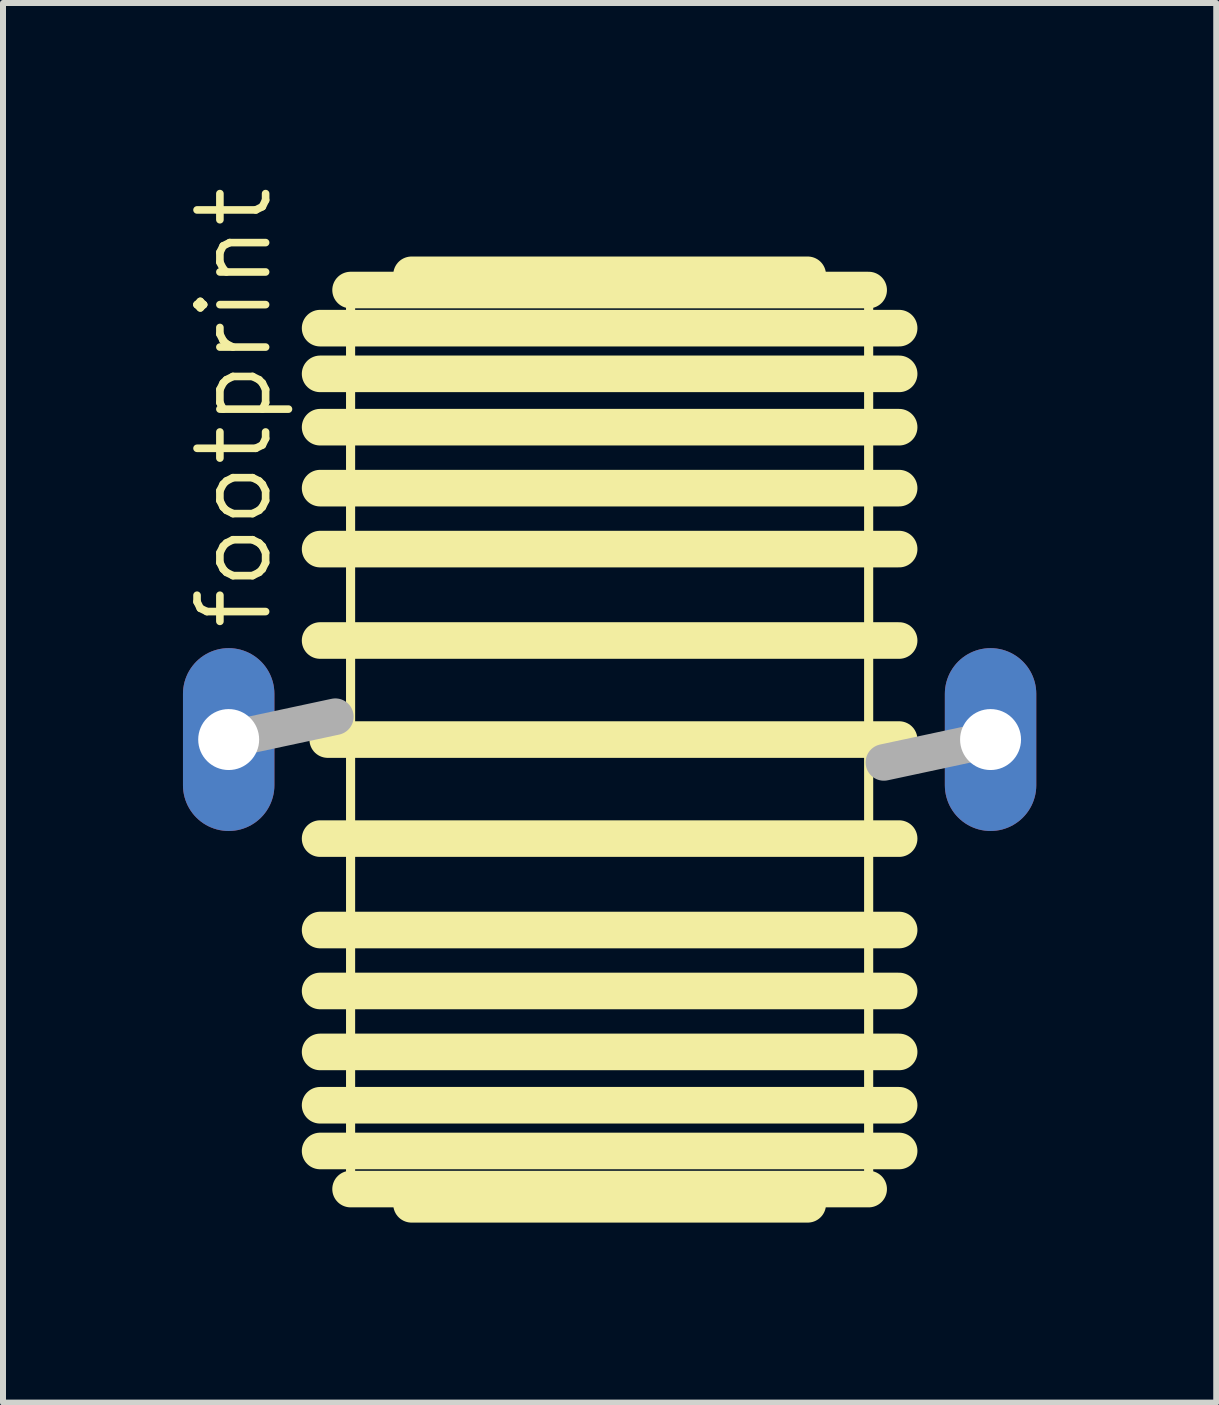
<source format=kicad_pcb>
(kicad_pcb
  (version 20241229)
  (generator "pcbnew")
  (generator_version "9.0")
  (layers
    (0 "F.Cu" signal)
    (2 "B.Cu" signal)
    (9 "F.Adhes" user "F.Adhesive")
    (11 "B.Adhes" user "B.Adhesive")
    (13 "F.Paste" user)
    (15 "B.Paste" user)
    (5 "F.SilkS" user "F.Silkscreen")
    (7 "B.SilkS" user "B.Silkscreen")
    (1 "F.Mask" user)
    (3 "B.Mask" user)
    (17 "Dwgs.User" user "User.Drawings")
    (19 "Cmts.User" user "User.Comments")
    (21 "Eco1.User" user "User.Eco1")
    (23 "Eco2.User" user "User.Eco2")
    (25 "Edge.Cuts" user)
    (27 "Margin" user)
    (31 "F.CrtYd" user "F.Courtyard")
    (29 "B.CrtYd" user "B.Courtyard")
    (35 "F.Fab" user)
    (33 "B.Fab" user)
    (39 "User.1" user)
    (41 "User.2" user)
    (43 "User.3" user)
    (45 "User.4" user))
  (footprint "footprint"
    (layer "F.Cu")
    (at 7.112 9.278)
    (property "Reference" "footprint" (at -5.588 -1.778 90) (layer "F.SilkS") (effects (font (size 1.143 1.143) (thickness 0.127)) (justify left bottom)))
    (fp_line (start -4.826 -6.858) (end 4.826 -6.858) (stroke (width 0.61) (type solid)) (layer "F.SilkS"))
    (fp_line (start -4.826 -6.096) (end 4.826 -6.096) (stroke (width 0.61) (type solid)) (layer "F.SilkS"))
    (fp_line (start -4.826 -5.207) (end 4.826 -5.207) (stroke (width 0.61) (type solid)) (layer "F.SilkS"))
    (fp_line (start -4.826 -4.191) (end 4.826 -4.191) (stroke (width 0.61) (type solid)) (layer "F.SilkS"))
    (fp_line (start -4.826 -3.175) (end 4.826 -3.175) (stroke (width 0.61) (type solid)) (layer "F.SilkS"))
    (fp_line (start -4.826 -1.651) (end 4.826 -1.651) (stroke (width 0.61) (type solid)) (layer "F.SilkS"))
    (fp_line (start -4.699 0) (end 4.826 0) (stroke (width 0.61) (type solid)) (layer "F.SilkS"))
    (fp_line (start -4.318 -7.493) (end 4.318 -7.493) (stroke (width 0.61) (type solid)) (layer "F.SilkS"))
    (fp_line (start -4.318 7.493) (end -4.318 -7.493) (stroke (width 0.152) (type solid)) (layer "F.SilkS"))
    (fp_line (start -4.318 7.493) (end 4.318 7.493) (stroke (width 0.61) (type solid)) (layer "F.SilkS"))
    (fp_line (start -3.302 -7.747) (end 3.302 -7.747) (stroke (width 0.61) (type solid)) (layer "F.SilkS"))
    (fp_line (start -3.302 7.747) (end 3.302 7.747) (stroke (width 0.61) (type solid)) (layer "F.SilkS"))
    (fp_line (start 4.318 -7.493) (end 4.318 7.493) (stroke (width 0.152) (type solid)) (layer "F.SilkS"))
    (fp_line (start 4.826 1.651) (end -4.826 1.651) (stroke (width 0.61) (type solid)) (layer "F.SilkS"))
    (fp_line (start 4.826 3.175) (end -4.826 3.175) (stroke (width 0.61) (type solid)) (layer "F.SilkS"))
    (fp_line (start 4.826 4.191) (end -4.826 4.191) (stroke (width 0.61) (type solid)) (layer "F.SilkS"))
    (fp_line (start 4.826 5.207) (end -4.826 5.207) (stroke (width 0.61) (type solid)) (layer "F.SilkS"))
    (fp_line (start 4.826 6.096) (end -4.826 6.096) (stroke (width 0.61) (type solid)) (layer "F.SilkS"))
    (fp_line (start 4.826 6.858) (end -4.826 6.858) (stroke (width 0.61) (type solid)) (layer "F.SilkS"))
    (fp_line (start -6.35 0) (end -4.572 -0.381) (stroke (width 0.61) (type solid)) (layer "F.Fab"))
    (fp_line (start 4.572 0.381) (end 6.35 0) (stroke (width 0.61) (type solid)) (layer "F.Fab"))
    (pad "1" thru_hole oval (at -6.35 0 90) (size 3.048 1.524) (drill 1.016) (layers "*.Cu" "*.Mask"))
    (pad "2" thru_hole oval (at 6.35 0 90) (size 3.048 1.524) (drill 1.016) (layers "*.Cu" "*.Mask")))
  (gr_rect
    (start -3 -3)
    (end 17.224 20.33)
    (stroke (width 0.1) (type default))
    (fill no)
    (layer "Edge.Cuts")))
</source>
